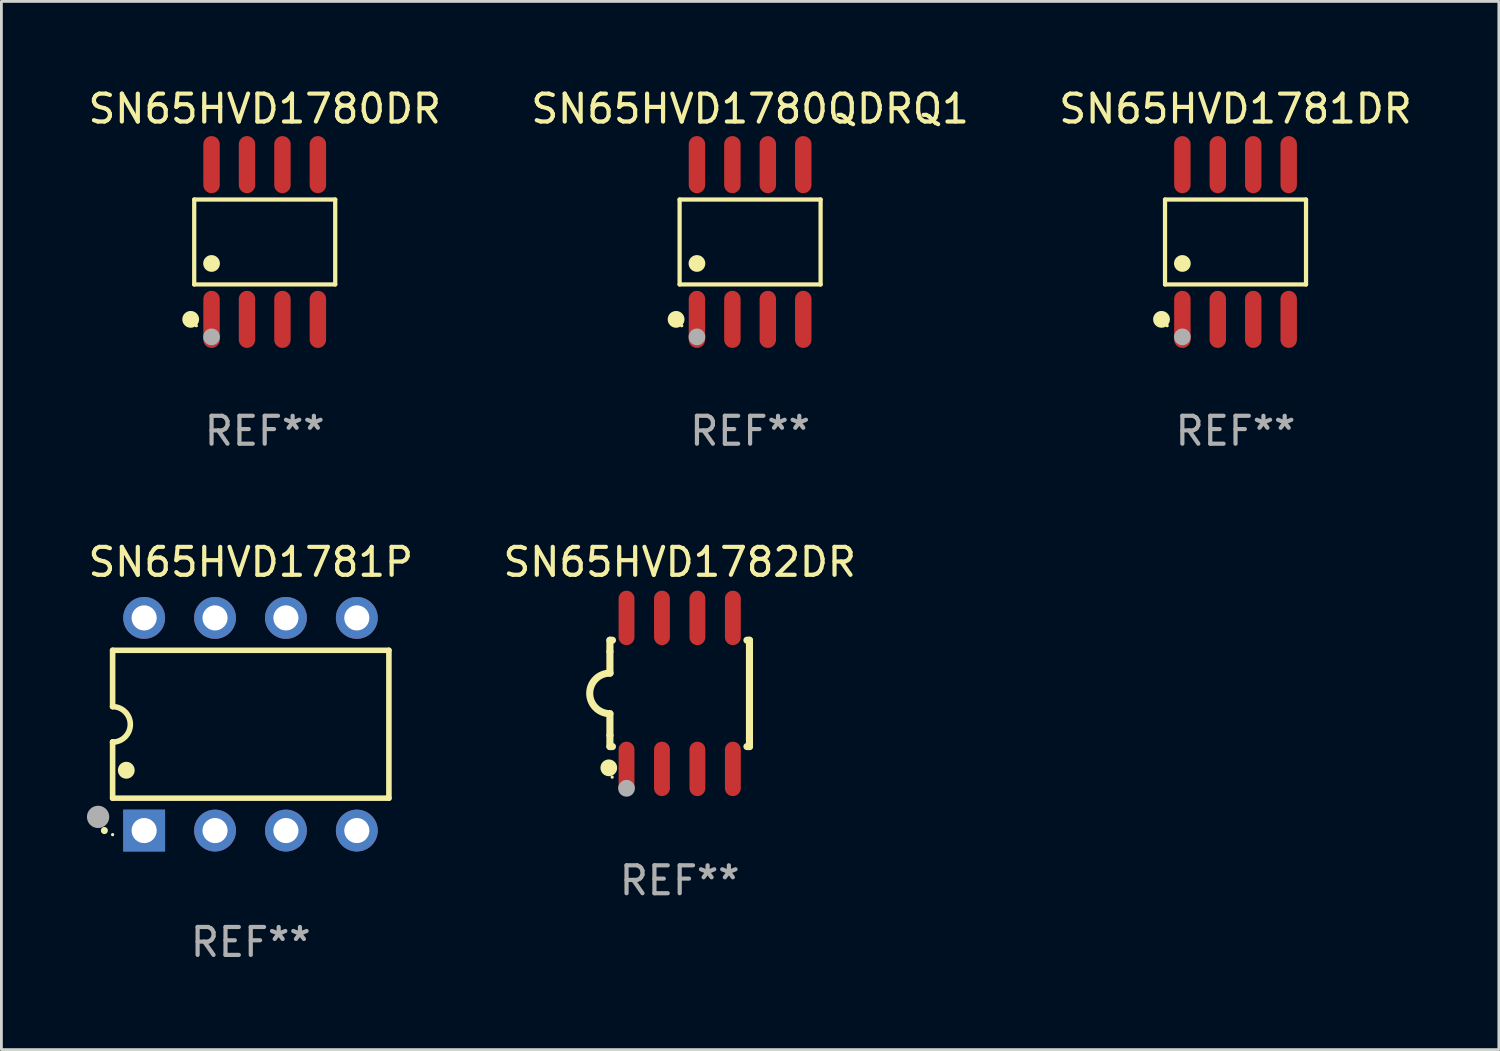
<source format=kicad_pcb>
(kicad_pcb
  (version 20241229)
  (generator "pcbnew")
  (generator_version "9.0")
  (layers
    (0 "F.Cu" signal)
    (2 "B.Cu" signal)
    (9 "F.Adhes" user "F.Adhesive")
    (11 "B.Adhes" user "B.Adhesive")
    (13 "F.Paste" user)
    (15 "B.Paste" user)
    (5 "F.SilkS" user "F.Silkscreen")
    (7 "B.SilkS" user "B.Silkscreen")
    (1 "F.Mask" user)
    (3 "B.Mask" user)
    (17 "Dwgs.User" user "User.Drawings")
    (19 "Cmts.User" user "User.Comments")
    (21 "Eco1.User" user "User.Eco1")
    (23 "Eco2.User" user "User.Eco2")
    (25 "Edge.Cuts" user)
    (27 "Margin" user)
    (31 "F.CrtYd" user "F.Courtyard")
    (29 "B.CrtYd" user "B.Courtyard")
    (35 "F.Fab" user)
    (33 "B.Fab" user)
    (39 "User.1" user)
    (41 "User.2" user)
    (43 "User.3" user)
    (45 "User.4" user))
  (footprint "SN65HVD1781P"
    (layer "F.Cu")
    (at 5.935 22.9)
    (property "Reference" "SN65HVD1781P" (at 0 -5.81 0) (layer "F.SilkS") (effects (font (size 1 1) (thickness 0.15))))
    (attr through_hole)
    (fp_line (start -4.95 -2.649) (end 4.95 -2.649) (stroke (width 0.2) (type solid)) (layer "F.SilkS"))
    (fp_line (start -4.95 -0.635) (end -4.95 -2.649) (stroke (width 0.2) (type solid)) (layer "F.SilkS"))
    (fp_line (start -4.95 0.635) (end -4.95 0.64) (stroke (width 0.2) (type solid)) (layer "F.SilkS"))
    (fp_line (start -4.95 2.649) (end -4.95 0.635) (stroke (width 0.2) (type solid)) (layer "F.SilkS"))
    (fp_line (start -4.95 -0.64) (end -4.95 -0.635) (stroke (width 0.2) (type solid)) (layer "F.SilkS"))
    (fp_line (start 4.95 -2.649) (end 4.95 2.649) (stroke (width 0.2) (type solid)) (layer "F.SilkS"))
    (fp_line (start 4.95 2.649) (end -4.95 2.649) (stroke (width 0.2) (type solid)) (layer "F.SilkS"))
    (fp_arc (start -5.24511 3.810008) (mid -5.245117 3.808738) (end -5.24511 3.807468) (stroke (width 0.25) (type solid)) (layer "F.SilkS"))
    (fp_arc (start -4.950165 -0.629997) (mid -4.315164 0.005004) (end -4.950165 0.640005) (stroke (width 0.2) (type solid)) (layer "F.SilkS"))
    (fp_arc (start -4.460249 1.651003) (mid -4.46026 1.648463) (end -4.460249 1.645923) (stroke (width 0.6) (type solid)) (layer "F.SilkS"))
    (fp_circle (center -4.95 3.956) (end -4.92 3.956) (stroke (width 0.06) (type solid)) (fill no) (layer "F.SilkS"))
    (fp_circle (center -5.47 3.32) (end -5.27 3.32) (stroke (width 0.4) (type solid)) (fill no) (layer "F.Fab"))
    (fp_text user "REF**" (at 0 7.81 0) (layer "F.Fab") (effects (font (size 1 1) (thickness 0.15))))
    (pad "1" thru_hole rect (at -3.82 3.81) (size 1.5 1.5) (drill 0.9) (layers "*.Cu" "*.Mask"))
    (pad "2" thru_hole circle (at -1.28 3.81) (size 1.5 1.5) (drill 0.9) (layers "*.Cu" "*.Mask"))
    (pad "3" thru_hole circle (at 1.26 3.81) (size 1.5 1.5) (drill 0.9) (layers "*.Cu" "*.Mask"))
    (pad "4" thru_hole circle (at 3.8 3.81) (size 1.5 1.5) (drill 0.9) (layers "*.Cu" "*.Mask"))
    (pad "5" thru_hole circle (at 3.8 -3.81) (size 1.5 1.5) (drill 0.9) (layers "*.Cu" "*.Mask"))
    (pad "6" thru_hole circle (at 1.26 -3.81) (size 1.5 1.5) (drill 0.9) (layers "*.Cu" "*.Mask"))
    (pad "7" thru_hole circle (at -1.28 -3.81) (size 1.5 1.5) (drill 0.9) (layers "*.Cu" "*.Mask"))
    (pad "8" thru_hole circle (at -3.82 -3.81) (size 1.5 1.5) (drill 0.9) (layers "*.Cu" "*.Mask")))
  (footprint "SN65HVD1781DR"
    (layer "F.Cu")
    (at 41.22 5.621)
    (property "Reference" "SN65HVD1781DR" (at 0 -4.772 0) (layer "F.SilkS") (effects (font (size 1 1) (thickness 0.15))))
    (attr through_hole)
    (fp_line (start -2.526 -1.521) (end 2.526 -1.521) (stroke (width 0.152) (type solid)) (layer "F.SilkS"))
    (fp_line (start -2.526 1.521) (end -2.526 -1.521) (stroke (width 0.152) (type solid)) (layer "F.SilkS"))
    (fp_line (start 2.526 -1.521) (end 2.526 1.521) (stroke (width 0.152) (type solid)) (layer "F.SilkS"))
    (fp_line (start 2.526 1.521) (end -2.526 1.521) (stroke (width 0.152) (type solid)) (layer "F.SilkS"))
    (fp_circle (center -2.652 2.772) (end -2.501 2.772) (stroke (width 0.3) (type solid)) (fill no) (layer "F.SilkS"))
    (fp_circle (center -2.45 3) (end -2.42 3) (stroke (width 0.06) (type solid)) (fill no) (layer "F.SilkS"))
    (fp_circle (center -1.905 0.769) (end -1.755 0.769) (stroke (width 0.3) (type solid)) (fill no) (layer "F.SilkS"))
    (fp_circle (center -1.905 3.4) (end -1.755 3.4) (stroke (width 0.3) (type solid)) (fill no) (layer "F.Fab"))
    (fp_text user "REF**" (at 0 6.772 0) (layer "F.Fab") (effects (font (size 1 1) (thickness 0.15))))
    (pad "1" smd oval (at -1.905 2.772) (size 0.588 2.045) (layers "F.Cu" "F.Mask" "F.Paste"))
    (pad "2" smd oval (at -0.635 2.772) (size 0.588 2.045) (layers "F.Cu" "F.Mask" "F.Paste"))
    (pad "3" smd oval (at 0.635 2.772) (size 0.588 2.045) (layers "F.Cu" "F.Mask" "F.Paste"))
    (pad "4" smd oval (at 1.905 2.772) (size 0.588 2.045) (layers "F.Cu" "F.Mask" "F.Paste"))
    (pad "5" smd oval (at 1.905 -2.772) (size 0.588 2.045) (layers "F.Cu" "F.Mask" "F.Paste"))
    (pad "6" smd oval (at 0.635 -2.772) (size 0.588 2.045) (layers "F.Cu" "F.Mask" "F.Paste"))
    (pad "7" smd oval (at -0.635 -2.772) (size 0.588 2.045) (layers "F.Cu" "F.Mask" "F.Paste"))
    (pad "8" smd oval (at -1.905 -2.772) (size 0.588 2.045) (layers "F.Cu" "F.Mask" "F.Paste")))
  (footprint "SN65HVD1782DR"
    (layer "F.Cu")
    (at 21.304 21.795)
    (property "Reference" "SN65HVD1782DR" (at 0 -4.705 0) (layer "F.SilkS") (effects (font (size 1 1) (thickness 0.15))))
    (attr through_hole)
    (fp_line (start -2.5 -1.905) (end -2.409 -1.905) (stroke (width 0.254) (type solid)) (layer "F.SilkS"))
    (fp_line (start -2.5 -1.5) (end -2.5 -1.905) (stroke (width 0.254) (type solid)) (layer "F.SilkS"))
    (fp_line (start -2.5 -1.5) (end -2.5 -0.726) (stroke (width 0.254) (type solid)) (layer "F.SilkS"))
    (fp_line (start -2.5 1.5) (end -2.5 0.727) (stroke (width 0.254) (type solid)) (layer "F.SilkS"))
    (fp_line (start -2.5 1.5) (end -2.5 1.905) (stroke (width 0.254) (type solid)) (layer "F.SilkS"))
    (fp_line (start -2.5 1.905) (end -2.409 1.905) (stroke (width 0.254) (type solid)) (layer "F.SilkS"))
    (fp_line (start 2.5 -1.905) (end 2.409 -1.905) (stroke (width 0.254) (type solid)) (layer "F.SilkS"))
    (fp_line (start 2.5 -1.5) (end 2.5 -1.905) (stroke (width 0.254) (type solid)) (layer "F.SilkS"))
    (fp_line (start 2.5 -1.5) (end 2.5 1.5) (stroke (width 0.254) (type solid)) (layer "F.SilkS"))
    (fp_line (start 2.5 1.5) (end 2.5 1.905) (stroke (width 0.254) (type solid)) (layer "F.SilkS"))
    (fp_line (start 2.5 1.905) (end 2.409 1.905) (stroke (width 0.254) (type solid)) (layer "F.SilkS"))
    (fp_arc (start -2.5 0.726568) (mid -3.220316 -0.0023) (end -2.495097 -0.726289) (stroke (width 0.254001) (type solid)) (layer "F.SilkS"))
    (fp_circle (center -2.54 2.667) (end -2.39 2.667) (stroke (width 0.3) (type solid)) (fill no) (layer "F.SilkS"))
    (fp_circle (center -2.42 3) (end -2.39 3) (stroke (width 0.06) (type solid)) (fill no) (layer "F.SilkS"))
    (fp_circle (center -1.905 3.4) (end -1.755 3.4) (stroke (width 0.3) (type solid)) (fill no) (layer "F.Fab"))
    (fp_text user "REF**" (at 0 6.705 0) (layer "F.Fab") (effects (font (size 1 1) (thickness 0.15))))
    (pad "1" smd oval (at -1.905 2.705) (size 0.568 1.95) (layers "F.Cu" "F.Mask" "F.Paste"))
    (pad "2" smd oval (at -0.635 2.705) (size 0.568 1.95) (layers "F.Cu" "F.Mask" "F.Paste"))
    (pad "3" smd oval (at 0.635 2.705) (size 0.568 1.95) (layers "F.Cu" "F.Mask" "F.Paste"))
    (pad "4" smd oval (at 1.905 2.705) (size 0.568 1.95) (layers "F.Cu" "F.Mask" "F.Paste"))
    (pad "5" smd oval (at 1.905 -2.705) (size 0.568 1.95) (layers "F.Cu" "F.Mask" "F.Paste"))
    (pad "6" smd oval (at 0.635 -2.705) (size 0.568 1.95) (layers "F.Cu" "F.Mask" "F.Paste"))
    (pad "7" smd oval (at -0.635 -2.705) (size 0.568 1.95) (layers "F.Cu" "F.Mask" "F.Paste"))
    (pad "8" smd oval (at -1.905 -2.705) (size 0.568 1.95) (layers "F.Cu" "F.Mask" "F.Paste")))
  (footprint "SN65HVD1780DR"
    (layer "F.Cu")
    (at 6.435 5.621)
    (property "Reference" "SN65HVD1780DR" (at 0 -4.772 0) (layer "F.SilkS") (effects (font (size 1 1) (thickness 0.15))))
    (attr through_hole)
    (fp_line (start -2.526 -1.521) (end 2.526 -1.521) (stroke (width 0.152) (type solid)) (layer "F.SilkS"))
    (fp_line (start -2.526 1.521) (end -2.526 -1.521) (stroke (width 0.152) (type solid)) (layer "F.SilkS"))
    (fp_line (start 2.526 -1.521) (end 2.526 1.521) (stroke (width 0.152) (type solid)) (layer "F.SilkS"))
    (fp_line (start 2.526 1.521) (end -2.526 1.521) (stroke (width 0.152) (type solid)) (layer "F.SilkS"))
    (fp_circle (center -2.652 2.772) (end -2.501 2.772) (stroke (width 0.3) (type solid)) (fill no) (layer "F.SilkS"))
    (fp_circle (center -2.45 3) (end -2.42 3) (stroke (width 0.06) (type solid)) (fill no) (layer "F.SilkS"))
    (fp_circle (center -1.905 0.769) (end -1.755 0.769) (stroke (width 0.3) (type solid)) (fill no) (layer "F.SilkS"))
    (fp_circle (center -1.905 3.4) (end -1.755 3.4) (stroke (width 0.3) (type solid)) (fill no) (layer "F.Fab"))
    (fp_text user "REF**" (at 0 6.772 0) (layer "F.Fab") (effects (font (size 1 1) (thickness 0.15))))
    (pad "1" smd oval (at -1.905 2.772) (size 0.588 2.045) (layers "F.Cu" "F.Mask" "F.Paste"))
    (pad "2" smd oval (at -0.635 2.772) (size 0.588 2.045) (layers "F.Cu" "F.Mask" "F.Paste"))
    (pad "3" smd oval (at 0.635 2.772) (size 0.588 2.045) (layers "F.Cu" "F.Mask" "F.Paste"))
    (pad "4" smd oval (at 1.905 2.772) (size 0.588 2.045) (layers "F.Cu" "F.Mask" "F.Paste"))
    (pad "5" smd oval (at 1.905 -2.772) (size 0.588 2.045) (layers "F.Cu" "F.Mask" "F.Paste"))
    (pad "6" smd oval (at 0.635 -2.772) (size 0.588 2.045) (layers "F.Cu" "F.Mask" "F.Paste"))
    (pad "7" smd oval (at -0.635 -2.772) (size 0.588 2.045) (layers "F.Cu" "F.Mask" "F.Paste"))
    (pad "8" smd oval (at -1.905 -2.772) (size 0.588 2.045) (layers "F.Cu" "F.Mask" "F.Paste")))
  (footprint "SN65HVD1780QDRQ1"
    (layer "F.Cu")
    (at 23.827 5.621)
    (property "Reference" "SN65HVD1780QDRQ1" (at 0 -4.772 0) (layer "F.SilkS") (effects (font (size 1 1) (thickness 0.15))))
    (attr through_hole)
    (fp_line (start -2.526 -1.521) (end 2.526 -1.521) (stroke (width 0.152) (type solid)) (layer "F.SilkS"))
    (fp_line (start -2.526 1.521) (end -2.526 -1.521) (stroke (width 0.152) (type solid)) (layer "F.SilkS"))
    (fp_line (start 2.526 -1.521) (end 2.526 1.521) (stroke (width 0.152) (type solid)) (layer "F.SilkS"))
    (fp_line (start 2.526 1.521) (end -2.526 1.521) (stroke (width 0.152) (type solid)) (layer "F.SilkS"))
    (fp_circle (center -2.652 2.772) (end -2.501 2.772) (stroke (width 0.3) (type solid)) (fill no) (layer "F.SilkS"))
    (fp_circle (center -2.45 3) (end -2.42 3) (stroke (width 0.06) (type solid)) (fill no) (layer "F.SilkS"))
    (fp_circle (center -1.905 0.769) (end -1.755 0.769) (stroke (width 0.3) (type solid)) (fill no) (layer "F.SilkS"))
    (fp_circle (center -1.905 3.4) (end -1.755 3.4) (stroke (width 0.3) (type solid)) (fill no) (layer "F.Fab"))
    (fp_text user "REF**" (at 0 6.772 0) (layer "F.Fab") (effects (font (size 1 1) (thickness 0.15))))
    (pad "1" smd oval (at -1.905 2.772) (size 0.588 2.045) (layers "F.Cu" "F.Mask" "F.Paste"))
    (pad "2" smd oval (at -0.635 2.772) (size 0.588 2.045) (layers "F.Cu" "F.Mask" "F.Paste"))
    (pad "3" smd oval (at 0.635 2.772) (size 0.588 2.045) (layers "F.Cu" "F.Mask" "F.Paste"))
    (pad "4" smd oval (at 1.905 2.772) (size 0.588 2.045) (layers "F.Cu" "F.Mask" "F.Paste"))
    (pad "5" smd oval (at 1.905 -2.772) (size 0.588 2.045) (layers "F.Cu" "F.Mask" "F.Paste"))
    (pad "6" smd oval (at 0.635 -2.772) (size 0.588 2.045) (layers "F.Cu" "F.Mask" "F.Paste"))
    (pad "7" smd oval (at -0.635 -2.772) (size 0.588 2.045) (layers "F.Cu" "F.Mask" "F.Paste"))
    (pad "8" smd oval (at -1.905 -2.772) (size 0.588 2.045) (layers "F.Cu" "F.Mask" "F.Paste")))
  (gr_rect
    (start -3 -3)
    (end 50.655 34.558)
    (stroke (width 0.1) (type default))
    (fill no)
    (layer "Edge.Cuts")))
</source>
